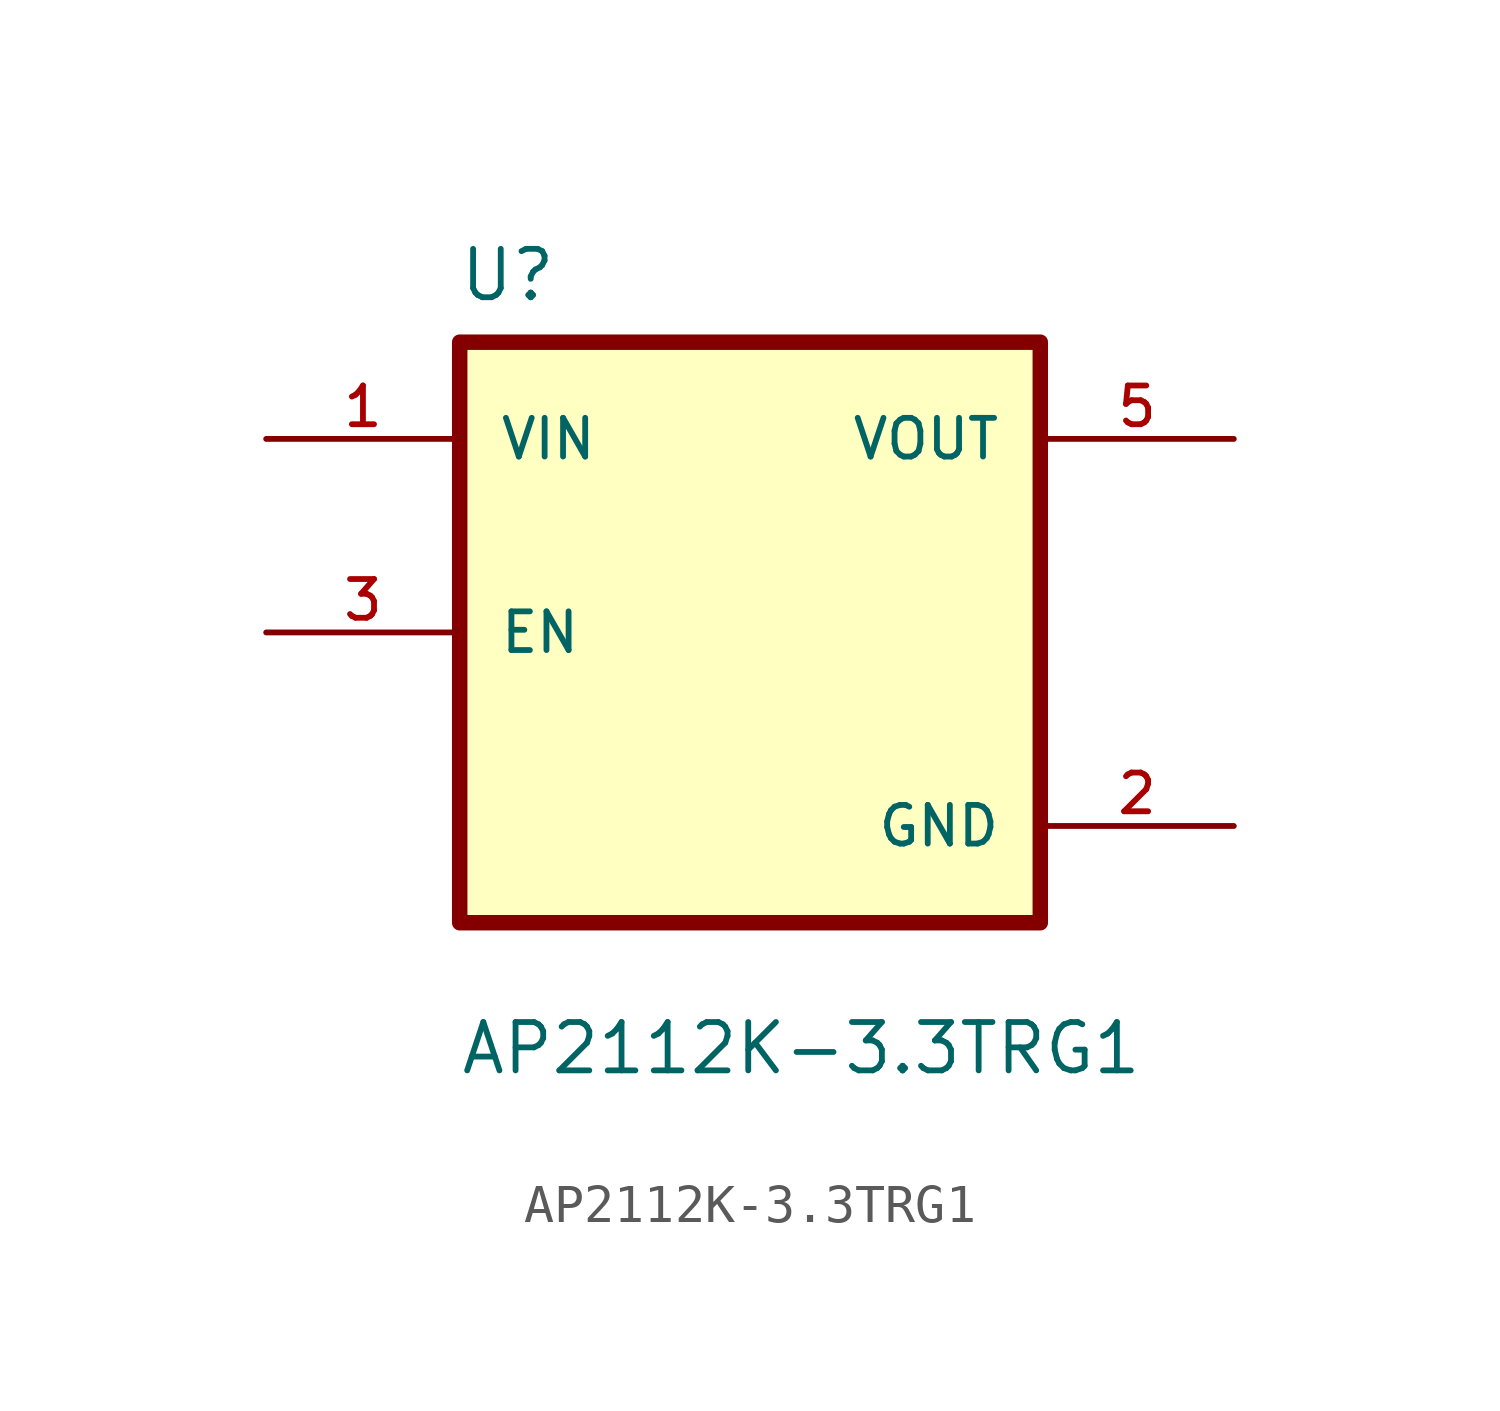
<source format=kicad_sym>
(kicad_symbol_lib
  (version 20241209)
  (generator "kicad_symbol_editor")
  (generator_version "9.0")
  (symbol "AP2112K-3.3TRG1"
    (pin_names
      (offset 1.016))
    (property "Reference" "U"
      (at -7.671 8.636 0)
      (effects (font (size 1.27 1.27)) (justify left bottom)))
    (property "Value" "AP2112K-3.3TRG1"
      (at -7.645 -11.659 0)
      (effects (font (size 1.27 1.27)) (justify left bottom)))
    (property "ki_locked" ""
      (at 0 0 0)
      (effects (font (size 1.27 1.27))))
    (symbol "AP2112K-3.3TRG1_0_0"
      (rectangle (start -7.62 -7.62) (end 7.62 7.62) (stroke (width 0.406) (type solid)) (fill (type background)))
      (pin power_in line (at -12.7 5.08 0) (length 5.08) (name "VIN" (effects (font (size 1.016 1.016)))) (number "1" (effects (font (size 1.016 1.016)))))
      (pin input line (at -12.7 0 0) (length 5.08) (name "EN" (effects (font (size 1.016 1.016)))) (number "3" (effects (font (size 1.016 1.016)))))
      (pin power_in line (at 12.7 5.08 180) (length 5.08) (name "VOUT" (effects (font (size 1.016 1.016)))) (number "5" (effects (font (size 1.016 1.016)))))
      (pin power_in line (at 12.7 -5.08 180) (length 5.08) (name "GND" (effects (font (size 1.016 1.016)))) (number "2" (effects (font (size 1.016 1.016))))))))
</source>
